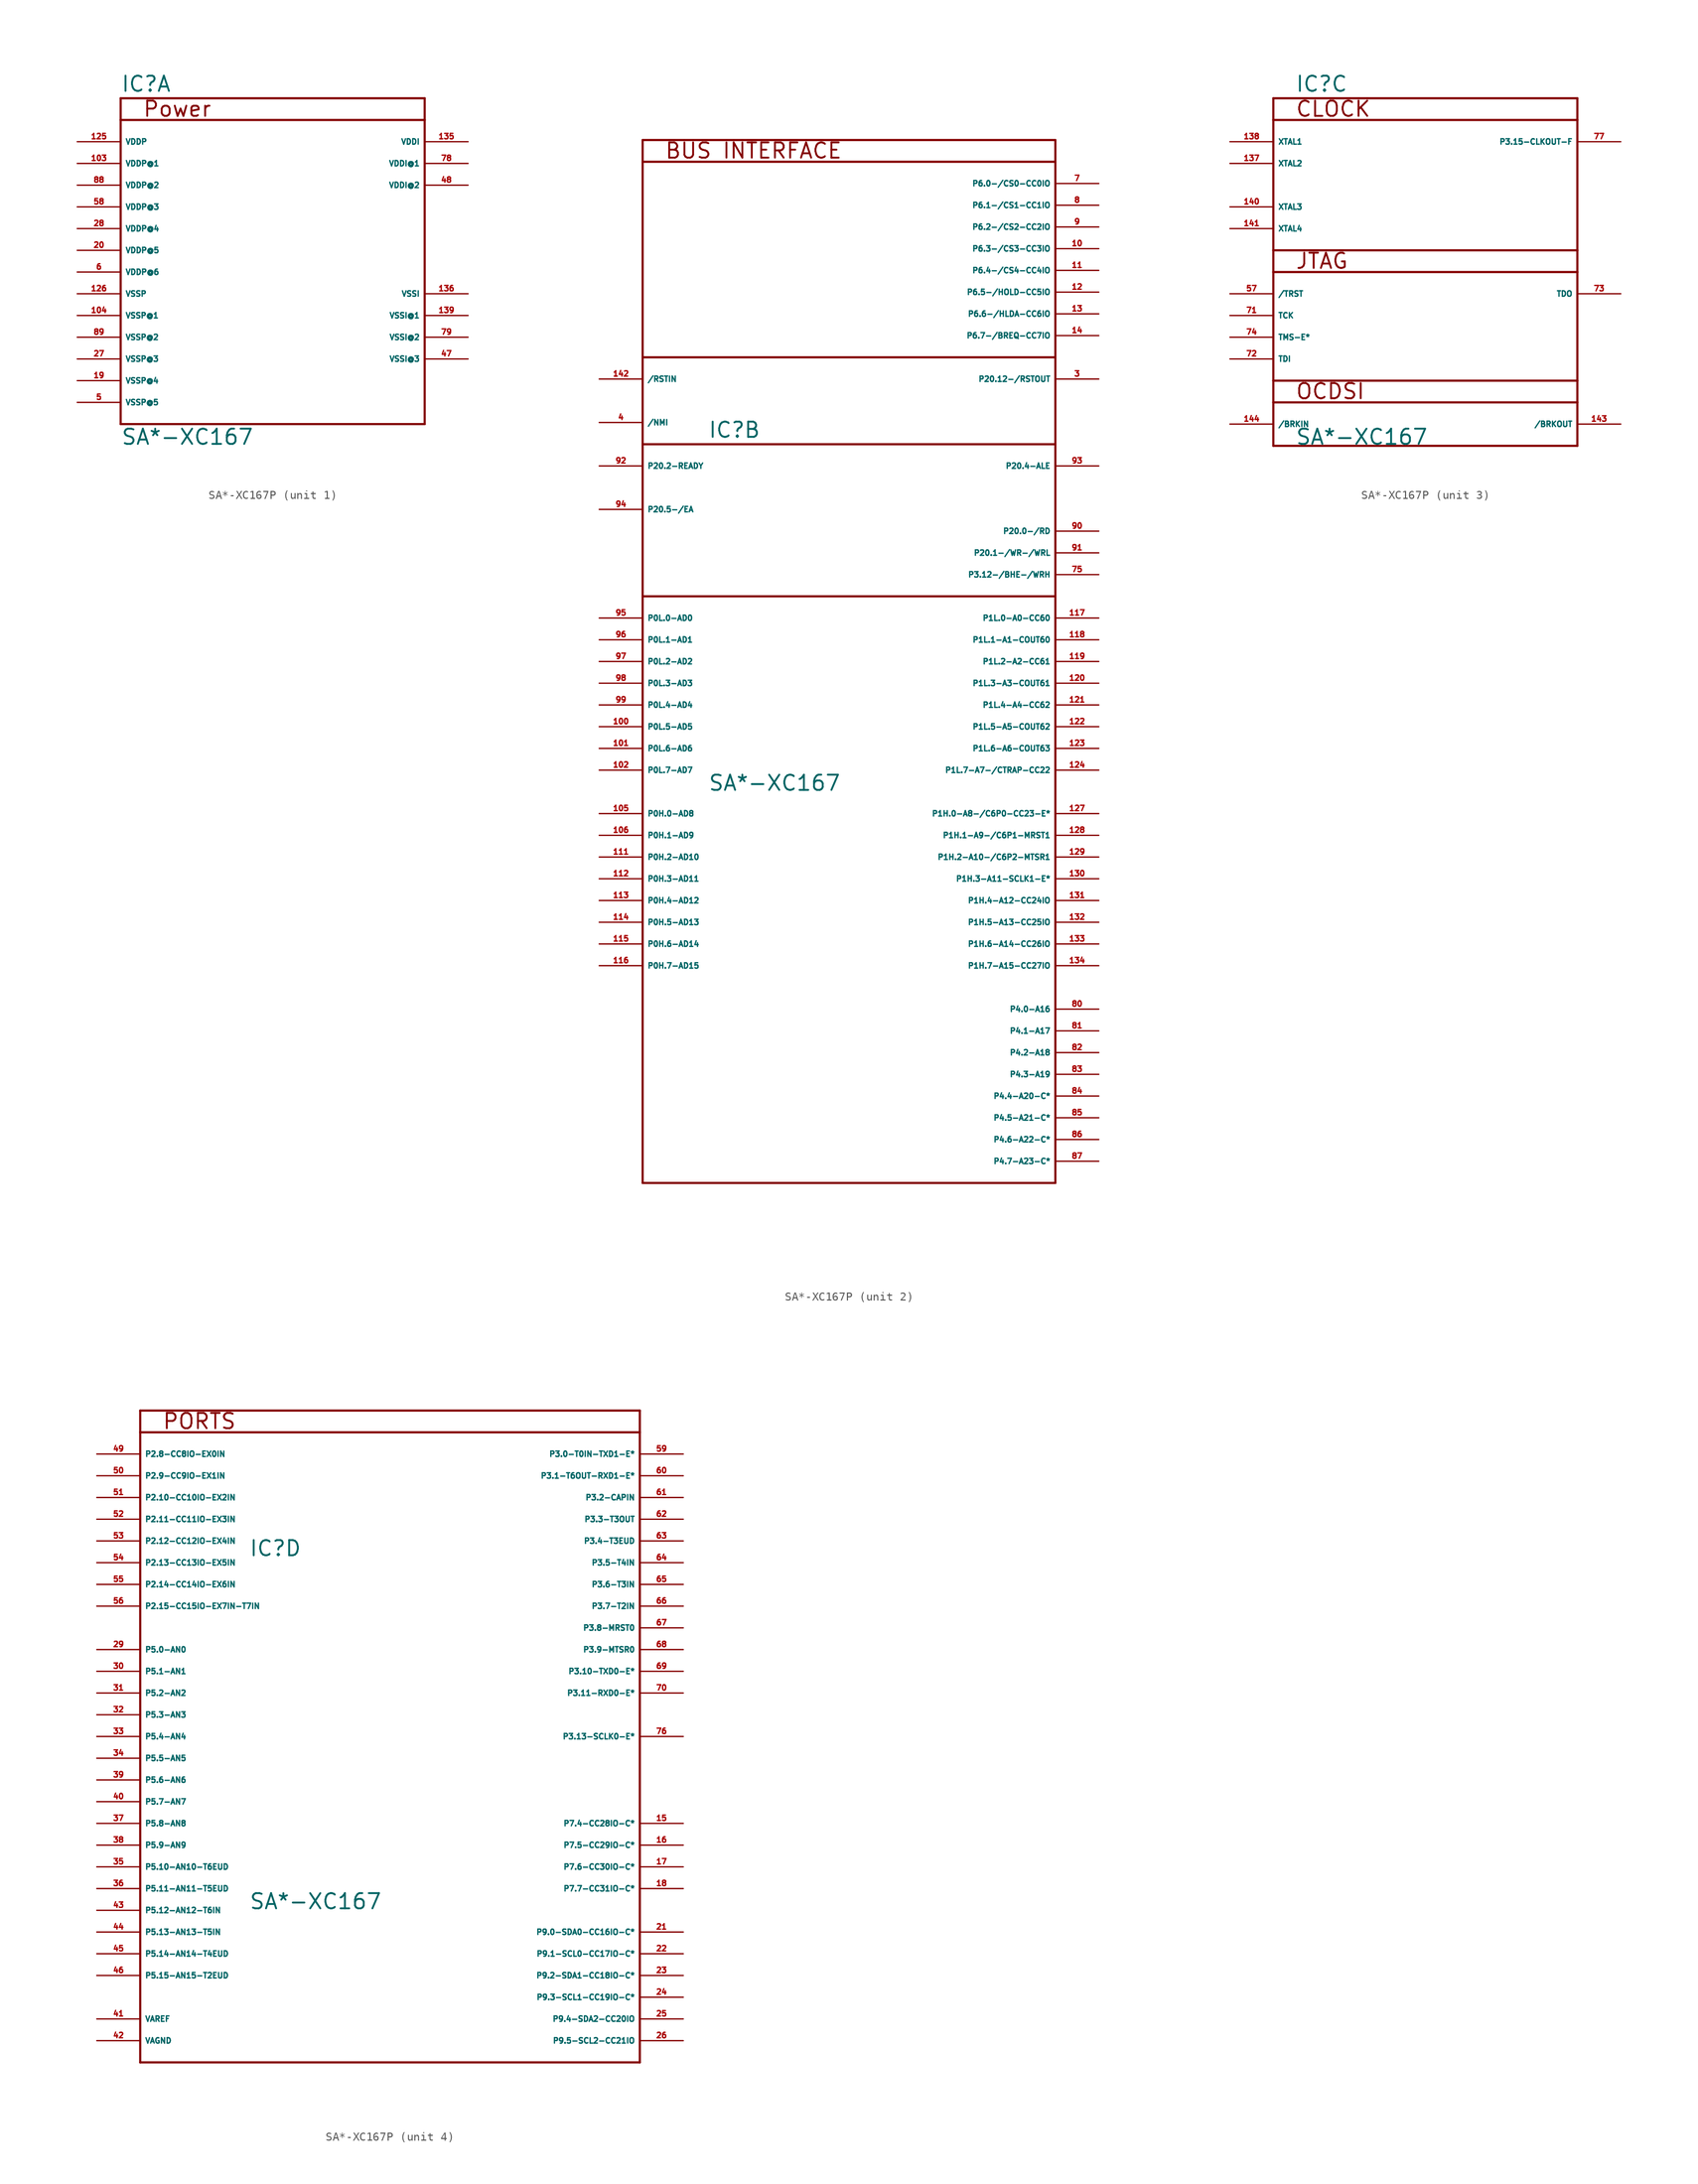
<source format=kicad_sym>
(kicad_symbol_lib
  (version 20220914)
  (generator Eagle2Kicad)
  (symbol "SA*-XC167P"
    (property "Reference" "IC"
      (at -15.24 20.955 0)
      (effects (font (size 1.778 1.778) (thickness 0.22)) (justify left bottom)))
    (property "Value" "SA*-XC167"
      (at -15.24 -20.32 0)
      (effects (font (size 1.778 1.778) (thickness 0.22)) (justify left bottom)))
    (symbol "SA*-XC167P_1_0"
      (polyline (pts (xy 20.32 -17.78) (xy 20.32 17.78)) (stroke (width 0.254) (type default)) (fill (type none)))
      (polyline (pts (xy 20.32 17.78) (xy 20.32 20.32)) (stroke (width 0.254) (type default)) (fill (type none)))
      (polyline (pts (xy 20.32 20.32) (xy -15.24 20.32)) (stroke (width 0.254) (type default)) (fill (type none)))
      (polyline (pts (xy -15.24 20.32) (xy -15.24 17.78)) (stroke (width 0.254) (type default)) (fill (type none)))
      (polyline (pts (xy -15.24 17.78) (xy -15.24 -17.78)) (stroke (width 0.254) (type default)) (fill (type none)))
      (polyline (pts (xy -15.24 -17.78) (xy 20.32 -17.78)) (stroke (width 0.254) (type default)) (fill (type none)))
      (polyline (pts (xy -15.24 17.78) (xy 20.32 17.78)) (stroke (width 0.254) (type default)) (fill (type none)))
      (text "Power" (at -12.7 18.034 0) (effects (font (size 1.778 1.778) (thickness 0.22)) (justify left bottom)))
      (pin unspecified line (at -20.32 15.24 0) (length 5.08) (name "VDDP" (effects (font (size 0.635 0.635) (thickness 0.08)) (justify left bottom))) (number "125" (effects (font (size 0.635 0.635) (thickness 0.08)) (justify left bottom))))
      (pin unspecified line (at -20.32 12.7 0) (length 5.08) (name "VDDP@1" (effects (font (size 0.635 0.635) (thickness 0.08)) (justify left bottom))) (number "103" (effects (font (size 0.635 0.635) (thickness 0.08)) (justify left bottom))))
      (pin unspecified line (at -20.32 10.16 0) (length 5.08) (name "VDDP@2" (effects (font (size 0.635 0.635) (thickness 0.08)) (justify left bottom))) (number "88" (effects (font (size 0.635 0.635) (thickness 0.08)) (justify left bottom))))
      (pin unspecified line (at -20.32 7.62 0) (length 5.08) (name "VDDP@3" (effects (font (size 0.635 0.635) (thickness 0.08)) (justify left bottom))) (number "58" (effects (font (size 0.635 0.635) (thickness 0.08)) (justify left bottom))))
      (pin unspecified line (at -20.32 5.08 0) (length 5.08) (name "VDDP@4" (effects (font (size 0.635 0.635) (thickness 0.08)) (justify left bottom))) (number "28" (effects (font (size 0.635 0.635) (thickness 0.08)) (justify left bottom))))
      (pin unspecified line (at -20.32 2.54 0) (length 5.08) (name "VDDP@5" (effects (font (size 0.635 0.635) (thickness 0.08)) (justify left bottom))) (number "20" (effects (font (size 0.635 0.635) (thickness 0.08)) (justify left bottom))))
      (pin unspecified line (at -20.32 0 0) (length 5.08) (name "VDDP@6" (effects (font (size 0.635 0.635) (thickness 0.08)) (justify left bottom))) (number "6" (effects (font (size 0.635 0.635) (thickness 0.08)) (justify left bottom))))
      (pin unspecified line (at -20.32 -2.54 0) (length 5.08) (name "VSSP" (effects (font (size 0.635 0.635) (thickness 0.08)) (justify left bottom))) (number "126" (effects (font (size 0.635 0.635) (thickness 0.08)) (justify left bottom))))
      (pin unspecified line (at -20.32 -5.08 0) (length 5.08) (name "VSSP@1" (effects (font (size 0.635 0.635) (thickness 0.08)) (justify left bottom))) (number "104" (effects (font (size 0.635 0.635) (thickness 0.08)) (justify left bottom))))
      (pin unspecified line (at -20.32 -7.62 0) (length 5.08) (name "VSSP@2" (effects (font (size 0.635 0.635) (thickness 0.08)) (justify left bottom))) (number "89" (effects (font (size 0.635 0.635) (thickness 0.08)) (justify left bottom))))
      (pin unspecified line (at -20.32 -10.16 0) (length 5.08) (name "VSSP@3" (effects (font (size 0.635 0.635) (thickness 0.08)) (justify left bottom))) (number "27" (effects (font (size 0.635 0.635) (thickness 0.08)) (justify left bottom))))
      (pin unspecified line (at -20.32 -12.7 0) (length 5.08) (name "VSSP@4" (effects (font (size 0.635 0.635) (thickness 0.08)) (justify left bottom))) (number "19" (effects (font (size 0.635 0.635) (thickness 0.08)) (justify left bottom))))
      (pin unspecified line (at -20.32 -15.24 0) (length 5.08) (name "VSSP@5" (effects (font (size 0.635 0.635) (thickness 0.08)) (justify left bottom))) (number "5" (effects (font (size 0.635 0.635) (thickness 0.08)) (justify left bottom))))
      (pin unspecified line (at 25.4 15.24 180) (length 5.08) (name "VDDI" (effects (font (size 0.635 0.635) (thickness 0.08)) (justify left bottom))) (number "135" (effects (font (size 0.635 0.635) (thickness 0.08)) (justify left bottom))))
      (pin unspecified line (at 25.4 12.7 180) (length 5.08) (name "VDDI@1" (effects (font (size 0.635 0.635) (thickness 0.08)) (justify left bottom))) (number "78" (effects (font (size 0.635 0.635) (thickness 0.08)) (justify left bottom))))
      (pin unspecified line (at 25.4 10.16 180) (length 5.08) (name "VDDI@2" (effects (font (size 0.635 0.635) (thickness 0.08)) (justify left bottom))) (number "48" (effects (font (size 0.635 0.635) (thickness 0.08)) (justify left bottom))))
      (pin unspecified line (at 25.4 -2.54 180) (length 5.08) (name "VSSI" (effects (font (size 0.635 0.635) (thickness 0.08)) (justify left bottom))) (number "136" (effects (font (size 0.635 0.635) (thickness 0.08)) (justify left bottom))))
      (pin unspecified line (at 25.4 -5.08 180) (length 5.08) (name "VSSI@1" (effects (font (size 0.635 0.635) (thickness 0.08)) (justify left bottom))) (number "139" (effects (font (size 0.635 0.635) (thickness 0.08)) (justify left bottom))))
      (pin unspecified line (at 25.4 -7.62 180) (length 5.08) (name "VSSI@2" (effects (font (size 0.635 0.635) (thickness 0.08)) (justify left bottom))) (number "79" (effects (font (size 0.635 0.635) (thickness 0.08)) (justify left bottom))))
      (pin output line (at 25.4 -10.16 180) (length 5.08) (name "VSSI@3" (effects (font (size 0.635 0.635) (thickness 0.08)) (justify left bottom))) (number "47" (effects (font (size 0.635 0.635) (thickness 0.08)) (justify left bottom)))))
    (symbol "SA*-XC167P_2_0"
      (polyline (pts (xy -22.86 -66.04) (xy 25.4 -66.04)) (stroke (width 0.254) (type default)) (fill (type none)))
      (polyline (pts (xy 25.4 -66.04) (xy 25.4 2.54)) (stroke (width 0.254) (type default)) (fill (type none)))
      (polyline (pts (xy 25.4 2.54) (xy 25.4 20.32)) (stroke (width 0.254) (type default)) (fill (type none)))
      (polyline (pts (xy 25.4 20.32) (xy 25.4 30.48)) (stroke (width 0.254) (type default)) (fill (type none)))
      (polyline (pts (xy 25.4 30.48) (xy 25.4 53.34)) (stroke (width 0.254) (type default)) (fill (type none)))
      (polyline (pts (xy 25.4 53.34) (xy 25.4 55.88)) (stroke (width 0.254) (type default)) (fill (type none)))
      (polyline (pts (xy 25.4 55.88) (xy -22.86 55.88)) (stroke (width 0.254) (type default)) (fill (type none)))
      (polyline (pts (xy -22.86 55.88) (xy -22.86 53.34)) (stroke (width 0.254) (type default)) (fill (type none)))
      (polyline (pts (xy -22.86 53.34) (xy -22.86 30.48)) (stroke (width 0.254) (type default)) (fill (type none)))
      (polyline (pts (xy -22.86 30.48) (xy -22.86 20.32)) (stroke (width 0.254) (type default)) (fill (type none)))
      (polyline (pts (xy -22.86 20.32) (xy -22.86 2.54)) (stroke (width 0.254) (type default)) (fill (type none)))
      (polyline (pts (xy -22.86 2.54) (xy -22.86 -66.04)) (stroke (width 0.254) (type default)) (fill (type none)))
      (polyline (pts (xy 25.4 30.48) (xy -22.86 30.48)) (stroke (width 0.254) (type default)) (fill (type none)))
      (polyline (pts (xy -22.86 2.54) (xy 25.4 2.54)) (stroke (width 0.254) (type default)) (fill (type none)))
      (polyline (pts (xy -22.86 20.32) (xy 25.4 20.32)) (stroke (width 0.254) (type default)) (fill (type none)))
      (polyline (pts (xy -22.86 53.34) (xy 25.4 53.34)) (stroke (width 0.254) (type default)) (fill (type none)))
      (text "BUS INTERFACE" (at -20.32 53.594 0) (effects (font (size 1.778 1.778) (thickness 0.22)) (justify left bottom)))
      (pin bidirectional line (at 30.48 0 180) (length 5.08) (name "P1L.0-A0-CC60" (effects (font (size 0.635 0.635) (thickness 0.08)) (justify left bottom))) (number "117" (effects (font (size 0.635 0.635) (thickness 0.08)) (justify left bottom))))
      (pin bidirectional line (at 30.48 -2.54 180) (length 5.08) (name "P1L.1-A1-COUT60" (effects (font (size 0.635 0.635) (thickness 0.08)) (justify left bottom))) (number "118" (effects (font (size 0.635 0.635) (thickness 0.08)) (justify left bottom))))
      (pin bidirectional line (at 30.48 -5.08 180) (length 5.08) (name "P1L.2-A2-CC61" (effects (font (size 0.635 0.635) (thickness 0.08)) (justify left bottom))) (number "119" (effects (font (size 0.635 0.635) (thickness 0.08)) (justify left bottom))))
      (pin bidirectional line (at 30.48 -7.62 180) (length 5.08) (name "P1L.3-A3-COUT61" (effects (font (size 0.635 0.635) (thickness 0.08)) (justify left bottom))) (number "120" (effects (font (size 0.635 0.635) (thickness 0.08)) (justify left bottom))))
      (pin bidirectional line (at 30.48 -10.16 180) (length 5.08) (name "P1L.4-A4-CC62" (effects (font (size 0.635 0.635) (thickness 0.08)) (justify left bottom))) (number "121" (effects (font (size 0.635 0.635) (thickness 0.08)) (justify left bottom))))
      (pin bidirectional line (at 30.48 -12.7 180) (length 5.08) (name "P1L.5-A5-COUT62" (effects (font (size 0.635 0.635) (thickness 0.08)) (justify left bottom))) (number "122" (effects (font (size 0.635 0.635) (thickness 0.08)) (justify left bottom))))
      (pin bidirectional line (at 30.48 -15.24 180) (length 5.08) (name "P1L.6-A6-COUT63" (effects (font (size 0.635 0.635) (thickness 0.08)) (justify left bottom))) (number "123" (effects (font (size 0.635 0.635) (thickness 0.08)) (justify left bottom))))
      (pin bidirectional line (at 30.48 -17.78 180) (length 5.08) (name "P1L.7-A7-/CTRAP-CC22" (effects (font (size 0.635 0.635) (thickness 0.08)) (justify left bottom))) (number "124" (effects (font (size 0.635 0.635) (thickness 0.08)) (justify left bottom))))
      (pin bidirectional line (at 30.48 -22.86 180) (length 5.08) (name "P1H.0-A8-/C6P0-CC23-E*" (effects (font (size 0.635 0.635) (thickness 0.08)) (justify left bottom))) (number "127" (effects (font (size 0.635 0.635) (thickness 0.08)) (justify left bottom))))
      (pin bidirectional line (at 30.48 -25.4 180) (length 5.08) (name "P1H.1-A9-/C6P1-MRST1" (effects (font (size 0.635 0.635) (thickness 0.08)) (justify left bottom))) (number "128" (effects (font (size 0.635 0.635) (thickness 0.08)) (justify left bottom))))
      (pin bidirectional line (at 30.48 -27.94 180) (length 5.08) (name "P1H.2-A10-/C6P2-MTSR1" (effects (font (size 0.635 0.635) (thickness 0.08)) (justify left bottom))) (number "129" (effects (font (size 0.635 0.635) (thickness 0.08)) (justify left bottom))))
      (pin bidirectional line (at 30.48 -30.48 180) (length 5.08) (name "P1H.3-A11-SCLK1-E*" (effects (font (size 0.635 0.635) (thickness 0.08)) (justify left bottom))) (number "130" (effects (font (size 0.635 0.635) (thickness 0.08)) (justify left bottom))))
      (pin bidirectional line (at 30.48 -33.02 180) (length 5.08) (name "P1H.4-A12-CC24IO" (effects (font (size 0.635 0.635) (thickness 0.08)) (justify left bottom))) (number "131" (effects (font (size 0.635 0.635) (thickness 0.08)) (justify left bottom))))
      (pin bidirectional line (at 30.48 -35.56 180) (length 5.08) (name "P1H.5-A13-CC25IO" (effects (font (size 0.635 0.635) (thickness 0.08)) (justify left bottom))) (number "132" (effects (font (size 0.635 0.635) (thickness 0.08)) (justify left bottom))))
      (pin bidirectional line (at 30.48 -38.1 180) (length 5.08) (name "P1H.6-A14-CC26IO" (effects (font (size 0.635 0.635) (thickness 0.08)) (justify left bottom))) (number "133" (effects (font (size 0.635 0.635) (thickness 0.08)) (justify left bottom))))
      (pin bidirectional line (at 30.48 -40.64 180) (length 5.08) (name "P1H.7-A15-CC27IO" (effects (font (size 0.635 0.635) (thickness 0.08)) (justify left bottom))) (number "134" (effects (font (size 0.635 0.635) (thickness 0.08)) (justify left bottom))))
      (pin bidirectional line (at 30.48 5.08 180) (length 5.08) (name "P3.12-/BHE-/WRH" (effects (font (size 0.635 0.635) (thickness 0.08)) (justify left bottom))) (number "75" (effects (font (size 0.635 0.635) (thickness 0.08)) (justify left bottom))))
      (pin bidirectional line (at 30.48 -45.72 180) (length 5.08) (name "P4.0-A16" (effects (font (size 0.635 0.635) (thickness 0.08)) (justify left bottom))) (number "80" (effects (font (size 0.635 0.635) (thickness 0.08)) (justify left bottom))))
      (pin bidirectional line (at 30.48 -48.26 180) (length 5.08) (name "P4.1-A17" (effects (font (size 0.635 0.635) (thickness 0.08)) (justify left bottom))) (number "81" (effects (font (size 0.635 0.635) (thickness 0.08)) (justify left bottom))))
      (pin bidirectional line (at 30.48 -50.8 180) (length 5.08) (name "P4.2-A18" (effects (font (size 0.635 0.635) (thickness 0.08)) (justify left bottom))) (number "82" (effects (font (size 0.635 0.635) (thickness 0.08)) (justify left bottom))))
      (pin bidirectional line (at 30.48 -53.34 180) (length 5.08) (name "P4.3-A19" (effects (font (size 0.635 0.635) (thickness 0.08)) (justify left bottom))) (number "83" (effects (font (size 0.635 0.635) (thickness 0.08)) (justify left bottom))))
      (pin bidirectional line (at 30.48 -55.88 180) (length 5.08) (name "P4.4-A20-C*" (effects (font (size 0.635 0.635) (thickness 0.08)) (justify left bottom))) (number "84" (effects (font (size 0.635 0.635) (thickness 0.08)) (justify left bottom))))
      (pin bidirectional line (at 30.48 -58.42 180) (length 5.08) (name "P4.5-A21-C*" (effects (font (size 0.635 0.635) (thickness 0.08)) (justify left bottom))) (number "85" (effects (font (size 0.635 0.635) (thickness 0.08)) (justify left bottom))))
      (pin bidirectional line (at 30.48 -60.96 180) (length 5.08) (name "P4.6-A22-C*" (effects (font (size 0.635 0.635) (thickness 0.08)) (justify left bottom))) (number "86" (effects (font (size 0.635 0.635) (thickness 0.08)) (justify left bottom))))
      (pin bidirectional line (at 30.48 -63.5 180) (length 5.08) (name "P4.7-A23-C*" (effects (font (size 0.635 0.635) (thickness 0.08)) (justify left bottom))) (number "87" (effects (font (size 0.635 0.635) (thickness 0.08)) (justify left bottom))))
      (pin bidirectional line (at 30.48 50.8 180) (length 5.08) (name "P6.0-/CS0-CC0IO" (effects (font (size 0.635 0.635) (thickness 0.08)) (justify left bottom))) (number "7" (effects (font (size 0.635 0.635) (thickness 0.08)) (justify left bottom))))
      (pin bidirectional line (at 30.48 48.26 180) (length 5.08) (name "P6.1-/CS1-CC1IO" (effects (font (size 0.635 0.635) (thickness 0.08)) (justify left bottom))) (number "8" (effects (font (size 0.635 0.635) (thickness 0.08)) (justify left bottom))))
      (pin bidirectional line (at 30.48 45.72 180) (length 5.08) (name "P6.2-/CS2-CC2IO" (effects (font (size 0.635 0.635) (thickness 0.08)) (justify left bottom))) (number "9" (effects (font (size 0.635 0.635) (thickness 0.08)) (justify left bottom))))
      (pin bidirectional line (at 30.48 43.18 180) (length 5.08) (name "P6.3-/CS3-CC3IO" (effects (font (size 0.635 0.635) (thickness 0.08)) (justify left bottom))) (number "10" (effects (font (size 0.635 0.635) (thickness 0.08)) (justify left bottom))))
      (pin bidirectional line (at 30.48 40.64 180) (length 5.08) (name "P6.4-/CS4-CC4IO" (effects (font (size 0.635 0.635) (thickness 0.08)) (justify left bottom))) (number "11" (effects (font (size 0.635 0.635) (thickness 0.08)) (justify left bottom))))
      (pin bidirectional line (at 30.48 38.1 180) (length 5.08) (name "P6.5-/HOLD-CC5IO" (effects (font (size 0.635 0.635) (thickness 0.08)) (justify left bottom))) (number "12" (effects (font (size 0.635 0.635) (thickness 0.08)) (justify left bottom))))
      (pin bidirectional line (at 30.48 35.56 180) (length 5.08) (name "P6.6-/HLDA-CC6IO" (effects (font (size 0.635 0.635) (thickness 0.08)) (justify left bottom))) (number "13" (effects (font (size 0.635 0.635) (thickness 0.08)) (justify left bottom))))
      (pin bidirectional line (at 30.48 33.02 180) (length 5.08) (name "P6.7-/BREQ-CC7IO" (effects (font (size 0.635 0.635) (thickness 0.08)) (justify left bottom))) (number "14" (effects (font (size 0.635 0.635) (thickness 0.08)) (justify left bottom))))
      (pin bidirectional line (at 30.48 10.16 180) (length 5.08) (name "P20.0-/RD" (effects (font (size 0.635 0.635) (thickness 0.08)) (justify left bottom))) (number "90" (effects (font (size 0.635 0.635) (thickness 0.08)) (justify left bottom))))
      (pin bidirectional line (at 30.48 7.62 180) (length 5.08) (name "P20.1-/WR-/WRL" (effects (font (size 0.635 0.635) (thickness 0.08)) (justify left bottom))) (number "91" (effects (font (size 0.635 0.635) (thickness 0.08)) (justify left bottom))))
      (pin bidirectional line (at -27.94 17.78 0) (length 5.08) (name "P20.2-READY" (effects (font (size 0.635 0.635) (thickness 0.08)) (justify left bottom))) (number "92" (effects (font (size 0.635 0.635) (thickness 0.08)) (justify left bottom))))
      (pin bidirectional line (at -27.94 12.7 0) (length 5.08) (name "P20.5-/EA" (effects (font (size 0.635 0.635) (thickness 0.08)) (justify left bottom))) (number "94" (effects (font (size 0.635 0.635) (thickness 0.08)) (justify left bottom))))
      (pin bidirectional line (at 30.48 17.78 180) (length 5.08) (name "P20.4-ALE" (effects (font (size 0.635 0.635) (thickness 0.08)) (justify left bottom))) (number "93" (effects (font (size 0.635 0.635) (thickness 0.08)) (justify left bottom))))
      (pin input line (at -27.94 27.94 0) (length 5.08) (name "/RSTIN" (effects (font (size 0.635 0.635) (thickness 0.08)) (justify left bottom))) (number "142" (effects (font (size 0.635 0.635) (thickness 0.08)) (justify left bottom))))
      (pin input line (at -27.94 22.86 0) (length 5.08) (name "/NMI" (effects (font (size 0.635 0.635) (thickness 0.08)) (justify left bottom))) (number "4" (effects (font (size 0.635 0.635) (thickness 0.08)) (justify left bottom))))
      (pin bidirectional line (at 30.48 27.94 180) (length 5.08) (name "P20.12-/RSTOUT" (effects (font (size 0.635 0.635) (thickness 0.08)) (justify left bottom))) (number "3" (effects (font (size 0.635 0.635) (thickness 0.08)) (justify left bottom))))
      (pin bidirectional line (at -27.94 0 0) (length 5.08) (name "P0L.0-AD0" (effects (font (size 0.635 0.635) (thickness 0.08)) (justify left bottom))) (number "95" (effects (font (size 0.635 0.635) (thickness 0.08)) (justify left bottom))))
      (pin bidirectional line (at -27.94 -2.54 0) (length 5.08) (name "P0L.1-AD1" (effects (font (size 0.635 0.635) (thickness 0.08)) (justify left bottom))) (number "96" (effects (font (size 0.635 0.635) (thickness 0.08)) (justify left bottom))))
      (pin bidirectional line (at -27.94 -5.08 0) (length 5.08) (name "P0L.2-AD2" (effects (font (size 0.635 0.635) (thickness 0.08)) (justify left bottom))) (number "97" (effects (font (size 0.635 0.635) (thickness 0.08)) (justify left bottom))))
      (pin bidirectional line (at -27.94 -7.62 0) (length 5.08) (name "P0L.3-AD3" (effects (font (size 0.635 0.635) (thickness 0.08)) (justify left bottom))) (number "98" (effects (font (size 0.635 0.635) (thickness 0.08)) (justify left bottom))))
      (pin bidirectional line (at -27.94 -10.16 0) (length 5.08) (name "P0L.4-AD4" (effects (font (size 0.635 0.635) (thickness 0.08)) (justify left bottom))) (number "99" (effects (font (size 0.635 0.635) (thickness 0.08)) (justify left bottom))))
      (pin bidirectional line (at -27.94 -12.7 0) (length 5.08) (name "P0L.5-AD5" (effects (font (size 0.635 0.635) (thickness 0.08)) (justify left bottom))) (number "100" (effects (font (size 0.635 0.635) (thickness 0.08)) (justify left bottom))))
      (pin bidirectional line (at -27.94 -15.24 0) (length 5.08) (name "P0L.6-AD6" (effects (font (size 0.635 0.635) (thickness 0.08)) (justify left bottom))) (number "101" (effects (font (size 0.635 0.635) (thickness 0.08)) (justify left bottom))))
      (pin bidirectional line (at -27.94 -17.78 0) (length 5.08) (name "P0L.7-AD7" (effects (font (size 0.635 0.635) (thickness 0.08)) (justify left bottom))) (number "102" (effects (font (size 0.635 0.635) (thickness 0.08)) (justify left bottom))))
      (pin bidirectional line (at -27.94 -22.86 0) (length 5.08) (name "P0H.0-AD8" (effects (font (size 0.635 0.635) (thickness 0.08)) (justify left bottom))) (number "105" (effects (font (size 0.635 0.635) (thickness 0.08)) (justify left bottom))))
      (pin bidirectional line (at -27.94 -25.4 0) (length 5.08) (name "P0H.1-AD9" (effects (font (size 0.635 0.635) (thickness 0.08)) (justify left bottom))) (number "106" (effects (font (size 0.635 0.635) (thickness 0.08)) (justify left bottom))))
      (pin bidirectional line (at -27.94 -27.94 0) (length 5.08) (name "P0H.2-AD10" (effects (font (size 0.635 0.635) (thickness 0.08)) (justify left bottom))) (number "111" (effects (font (size 0.635 0.635) (thickness 0.08)) (justify left bottom))))
      (pin bidirectional line (at -27.94 -30.48 0) (length 5.08) (name "P0H.3-AD11" (effects (font (size 0.635 0.635) (thickness 0.08)) (justify left bottom))) (number "112" (effects (font (size 0.635 0.635) (thickness 0.08)) (justify left bottom))))
      (pin bidirectional line (at -27.94 -33.02 0) (length 5.08) (name "P0H.4-AD12" (effects (font (size 0.635 0.635) (thickness 0.08)) (justify left bottom))) (number "113" (effects (font (size 0.635 0.635) (thickness 0.08)) (justify left bottom))))
      (pin bidirectional line (at -27.94 -35.56 0) (length 5.08) (name "P0H.5-AD13" (effects (font (size 0.635 0.635) (thickness 0.08)) (justify left bottom))) (number "114" (effects (font (size 0.635 0.635) (thickness 0.08)) (justify left bottom))))
      (pin bidirectional line (at -27.94 -38.1 0) (length 5.08) (name "P0H.6-AD14" (effects (font (size 0.635 0.635) (thickness 0.08)) (justify left bottom))) (number "115" (effects (font (size 0.635 0.635) (thickness 0.08)) (justify left bottom))))
      (pin bidirectional line (at -27.94 -40.64 0) (length 5.08) (name "P0H.7-AD15" (effects (font (size 0.635 0.635) (thickness 0.08)) (justify left bottom))) (number "116" (effects (font (size 0.635 0.635) (thickness 0.08)) (justify left bottom)))))
    (symbol "SA*-XC167P_3_0"
      (polyline (pts (xy 17.78 -20.32) (xy 17.78 -15.24)) (stroke (width 0.254) (type default)) (fill (type none)))
      (polyline (pts (xy 17.78 -15.24) (xy 17.78 -12.7)) (stroke (width 0.254) (type default)) (fill (type none)))
      (polyline (pts (xy 17.78 -12.7) (xy 17.78 0)) (stroke (width 0.254) (type default)) (fill (type none)))
      (polyline (pts (xy 17.78 0) (xy 17.78 2.54)) (stroke (width 0.254) (type default)) (fill (type none)))
      (polyline (pts (xy 17.78 2.54) (xy 17.78 17.78)) (stroke (width 0.254) (type default)) (fill (type none)))
      (polyline (pts (xy 17.78 17.78) (xy 17.78 20.32)) (stroke (width 0.254) (type default)) (fill (type none)))
      (polyline (pts (xy 17.78 20.32) (xy -17.78 20.32)) (stroke (width 0.254) (type default)) (fill (type none)))
      (polyline (pts (xy -17.78 20.32) (xy -17.78 17.78)) (stroke (width 0.254) (type default)) (fill (type none)))
      (polyline (pts (xy -17.78 17.78) (xy -17.78 2.54)) (stroke (width 0.254) (type default)) (fill (type none)))
      (polyline (pts (xy -17.78 2.54) (xy -17.78 0)) (stroke (width 0.254) (type default)) (fill (type none)))
      (polyline (pts (xy -17.78 0) (xy -17.78 -12.7)) (stroke (width 0.254) (type default)) (fill (type none)))
      (polyline (pts (xy -17.78 -12.7) (xy -17.78 -15.24)) (stroke (width 0.254) (type default)) (fill (type none)))
      (polyline (pts (xy -17.78 -15.24) (xy -17.78 -20.32)) (stroke (width 0.254) (type default)) (fill (type none)))
      (polyline (pts (xy 17.78 0) (xy -17.78 0)) (stroke (width 0.254) (type default)) (fill (type none)))
      (polyline (pts (xy -17.78 -15.24) (xy 17.78 -15.24)) (stroke (width 0.254) (type default)) (fill (type none)))
      (polyline (pts (xy -17.78 2.54) (xy 17.78 2.54)) (stroke (width 0.254) (type default)) (fill (type none)))
      (polyline (pts (xy -17.78 -12.7) (xy 17.78 -12.7)) (stroke (width 0.254) (type default)) (fill (type none)))
      (polyline (pts (xy -17.78 -20.32) (xy 17.78 -20.32)) (stroke (width 0.254) (type default)) (fill (type none)))
      (polyline (pts (xy -17.78 17.78) (xy 17.78 17.78)) (stroke (width 0.254) (type default)) (fill (type none)))
      (text "CLOCK" (at -15.24 18.034 0) (effects (font (size 1.778 1.778) (thickness 0.22)) (justify left bottom)))
      (text "JTAG" (at -15.24 0.254 0) (effects (font (size 1.778 1.778) (thickness 0.22)) (justify left bottom)))
      (text "OCDSI" (at -15.24 -14.986 0) (effects (font (size 1.778 1.778) (thickness 0.22)) (justify left bottom)))
      (pin bidirectional line (at 22.86 15.24 180) (length 5.08) (name "P3.15-CLKOUT-F" (effects (font (size 0.635 0.635) (thickness 0.08)) (justify left bottom))) (number "77" (effects (font (size 0.635 0.635) (thickness 0.08)) (justify left bottom))))
      (pin output line (at -22.86 12.7 0) (length 5.08) (name "XTAL2" (effects (font (size 0.635 0.635) (thickness 0.08)) (justify left bottom))) (number "137" (effects (font (size 0.635 0.635) (thickness 0.08)) (justify left bottom))))
      (pin input line (at -22.86 15.24 0) (length 5.08) (name "XTAL1" (effects (font (size 0.635 0.635) (thickness 0.08)) (justify left bottom))) (number "138" (effects (font (size 0.635 0.635) (thickness 0.08)) (justify left bottom))))
      (pin input line (at -22.86 7.62 0) (length 5.08) (name "XTAL3" (effects (font (size 0.635 0.635) (thickness 0.08)) (justify left bottom))) (number "140" (effects (font (size 0.635 0.635) (thickness 0.08)) (justify left bottom))))
      (pin output line (at -22.86 5.08 0) (length 5.08) (name "XTAL4" (effects (font (size 0.635 0.635) (thickness 0.08)) (justify left bottom))) (number "141" (effects (font (size 0.635 0.635) (thickness 0.08)) (justify left bottom))))
      (pin input line (at -22.86 -2.54 0) (length 5.08) (name "/TRST" (effects (font (size 0.635 0.635) (thickness 0.08)) (justify left bottom))) (number "57" (effects (font (size 0.635 0.635) (thickness 0.08)) (justify left bottom))))
      (pin input line (at -22.86 -5.08 0) (length 5.08) (name "TCK" (effects (font (size 0.635 0.635) (thickness 0.08)) (justify left bottom))) (number "71" (effects (font (size 0.635 0.635) (thickness 0.08)) (justify left bottom))))
      (pin input line (at -22.86 -10.16 0) (length 5.08) (name "TDI" (effects (font (size 0.635 0.635) (thickness 0.08)) (justify left bottom))) (number "72" (effects (font (size 0.635 0.635) (thickness 0.08)) (justify left bottom))))
      (pin input line (at -22.86 -7.62 0) (length 5.08) (name "TMS-E*" (effects (font (size 0.635 0.635) (thickness 0.08)) (justify left bottom))) (number "74" (effects (font (size 0.635 0.635) (thickness 0.08)) (justify left bottom))))
      (pin input line (at -22.86 -17.78 0) (length 5.08) (name "/BRKIN" (effects (font (size 0.635 0.635) (thickness 0.08)) (justify left bottom))) (number "144" (effects (font (size 0.635 0.635) (thickness 0.08)) (justify left bottom))))
      (pin output line (at 22.86 -17.78 180) (length 5.08) (name "/BRKOUT" (effects (font (size 0.635 0.635) (thickness 0.08)) (justify left bottom))) (number "143" (effects (font (size 0.635 0.635) (thickness 0.08)) (justify left bottom))))
      (pin output line (at 22.86 -2.54 180) (length 5.08) (name "TDO" (effects (font (size 0.635 0.635) (thickness 0.08)) (justify left bottom))) (number "73" (effects (font (size 0.635 0.635) (thickness 0.08)) (justify left bottom)))))
    (symbol "SA*-XC167P_4_0"
      (polyline (pts (xy 30.48 -38.1) (xy 30.48 35.56)) (stroke (width 0.254) (type default)) (fill (type none)))
      (polyline (pts (xy 30.48 35.56) (xy 30.48 38.1)) (stroke (width 0.254) (type default)) (fill (type none)))
      (polyline (pts (xy 30.48 38.1) (xy -27.94 38.1)) (stroke (width 0.254) (type default)) (fill (type none)))
      (polyline (pts (xy -27.94 38.1) (xy -27.94 35.56)) (stroke (width 0.254) (type default)) (fill (type none)))
      (polyline (pts (xy -27.94 35.56) (xy -27.94 -38.1)) (stroke (width 0.254) (type default)) (fill (type none)))
      (polyline (pts (xy -27.94 -38.1) (xy 30.48 -38.1)) (stroke (width 0.254) (type default)) (fill (type none)))
      (polyline (pts (xy -27.94 35.56) (xy 30.48 35.56)) (stroke (width 0.254) (type default)) (fill (type none)))
      (text "PORTS" (at -25.4 35.814 0) (effects (font (size 1.778 1.778) (thickness 0.22)) (justify left bottom)))
      (pin bidirectional line (at -33.02 33.02 0) (length 5.08) (name "P2.8-CC8IO-EX0IN" (effects (font (size 0.635 0.635) (thickness 0.08)) (justify left bottom))) (number "49" (effects (font (size 0.635 0.635) (thickness 0.08)) (justify left bottom))))
      (pin bidirectional line (at -33.02 30.48 0) (length 5.08) (name "P2.9-CC9IO-EX1IN" (effects (font (size 0.635 0.635) (thickness 0.08)) (justify left bottom))) (number "50" (effects (font (size 0.635 0.635) (thickness 0.08)) (justify left bottom))))
      (pin bidirectional line (at -33.02 27.94 0) (length 5.08) (name "P2.10-CC10IO-EX2IN" (effects (font (size 0.635 0.635) (thickness 0.08)) (justify left bottom))) (number "51" (effects (font (size 0.635 0.635) (thickness 0.08)) (justify left bottom))))
      (pin bidirectional line (at -33.02 25.4 0) (length 5.08) (name "P2.11-CC11IO-EX3IN" (effects (font (size 0.635 0.635) (thickness 0.08)) (justify left bottom))) (number "52" (effects (font (size 0.635 0.635) (thickness 0.08)) (justify left bottom))))
      (pin bidirectional line (at -33.02 22.86 0) (length 5.08) (name "P2.12-CC12IO-EX4IN" (effects (font (size 0.635 0.635) (thickness 0.08)) (justify left bottom))) (number "53" (effects (font (size 0.635 0.635) (thickness 0.08)) (justify left bottom))))
      (pin bidirectional line (at -33.02 20.32 0) (length 5.08) (name "P2.13-CC13IO-EX5IN" (effects (font (size 0.635 0.635) (thickness 0.08)) (justify left bottom))) (number "54" (effects (font (size 0.635 0.635) (thickness 0.08)) (justify left bottom))))
      (pin bidirectional line (at -33.02 17.78 0) (length 5.08) (name "P2.14-CC14IO-EX6IN" (effects (font (size 0.635 0.635) (thickness 0.08)) (justify left bottom))) (number "55" (effects (font (size 0.635 0.635) (thickness 0.08)) (justify left bottom))))
      (pin bidirectional line (at -33.02 15.24 0) (length 5.08) (name "P2.15-CC15IO-EX7IN-T7IN" (effects (font (size 0.635 0.635) (thickness 0.08)) (justify left bottom))) (number "56" (effects (font (size 0.635 0.635) (thickness 0.08)) (justify left bottom))))
      (pin bidirectional line (at 35.56 33.02 180) (length 5.08) (name "P3.0-T0IN-TXD1-E*" (effects (font (size 0.635 0.635) (thickness 0.08)) (justify left bottom))) (number "59" (effects (font (size 0.635 0.635) (thickness 0.08)) (justify left bottom))))
      (pin bidirectional line (at 35.56 17.78 180) (length 5.08) (name "P3.6-T3IN" (effects (font (size 0.635 0.635) (thickness 0.08)) (justify left bottom))) (number "65" (effects (font (size 0.635 0.635) (thickness 0.08)) (justify left bottom))))
      (pin bidirectional line (at 35.56 12.7 180) (length 5.08) (name "P3.8-MRST0" (effects (font (size 0.635 0.635) (thickness 0.08)) (justify left bottom))) (number "67" (effects (font (size 0.635 0.635) (thickness 0.08)) (justify left bottom))))
      (pin bidirectional line (at 35.56 10.16 180) (length 5.08) (name "P3.9-MTSR0" (effects (font (size 0.635 0.635) (thickness 0.08)) (justify left bottom))) (number "68" (effects (font (size 0.635 0.635) (thickness 0.08)) (justify left bottom))))
      (pin bidirectional line (at 35.56 7.62 180) (length 5.08) (name "P3.10-TXD0-E*" (effects (font (size 0.635 0.635) (thickness 0.08)) (justify left bottom))) (number "69" (effects (font (size 0.635 0.635) (thickness 0.08)) (justify left bottom))))
      (pin bidirectional line (at 35.56 5.08 180) (length 5.08) (name "P3.11-RXD0-E*" (effects (font (size 0.635 0.635) (thickness 0.08)) (justify left bottom))) (number "70" (effects (font (size 0.635 0.635) (thickness 0.08)) (justify left bottom))))
      (pin bidirectional line (at 35.56 0 180) (length 5.08) (name "P3.13-SCLK0-E*" (effects (font (size 0.635 0.635) (thickness 0.08)) (justify left bottom))) (number "76" (effects (font (size 0.635 0.635) (thickness 0.08)) (justify left bottom))))
      (pin passive line (at -33.02 -33.02 0) (length 5.08) (name "VAREF" (effects (font (size 0.635 0.635) (thickness 0.08)) (justify left bottom))) (number "41" (effects (font (size 0.635 0.635) (thickness 0.08)) (justify left bottom))))
      (pin passive line (at -33.02 -35.56 0) (length 5.08) (name "VAGND" (effects (font (size 0.635 0.635) (thickness 0.08)) (justify left bottom))) (number "42" (effects (font (size 0.635 0.635) (thickness 0.08)) (justify left bottom))))
      (pin input line (at -33.02 10.16 0) (length 5.08) (name "P5.0-AN0" (effects (font (size 0.635 0.635) (thickness 0.08)) (justify left bottom))) (number "29" (effects (font (size 0.635 0.635) (thickness 0.08)) (justify left bottom))))
      (pin input line (at -33.02 7.62 0) (length 5.08) (name "P5.1-AN1" (effects (font (size 0.635 0.635) (thickness 0.08)) (justify left bottom))) (number "30" (effects (font (size 0.635 0.635) (thickness 0.08)) (justify left bottom))))
      (pin input line (at -33.02 5.08 0) (length 5.08) (name "P5.2-AN2" (effects (font (size 0.635 0.635) (thickness 0.08)) (justify left bottom))) (number "31" (effects (font (size 0.635 0.635) (thickness 0.08)) (justify left bottom))))
      (pin input line (at -33.02 2.54 0) (length 5.08) (name "P5.3-AN3" (effects (font (size 0.635 0.635) (thickness 0.08)) (justify left bottom))) (number "32" (effects (font (size 0.635 0.635) (thickness 0.08)) (justify left bottom))))
      (pin input line (at -33.02 0 0) (length 5.08) (name "P5.4-AN4" (effects (font (size 0.635 0.635) (thickness 0.08)) (justify left bottom))) (number "33" (effects (font (size 0.635 0.635) (thickness 0.08)) (justify left bottom))))
      (pin input line (at -33.02 -2.54 0) (length 5.08) (name "P5.5-AN5" (effects (font (size 0.635 0.635) (thickness 0.08)) (justify left bottom))) (number "34" (effects (font (size 0.635 0.635) (thickness 0.08)) (justify left bottom))))
      (pin input line (at -33.02 -5.08 0) (length 5.08) (name "P5.6-AN6" (effects (font (size 0.635 0.635) (thickness 0.08)) (justify left bottom))) (number "39" (effects (font (size 0.635 0.635) (thickness 0.08)) (justify left bottom))))
      (pin input line (at -33.02 -7.62 0) (length 5.08) (name "P5.7-AN7" (effects (font (size 0.635 0.635) (thickness 0.08)) (justify left bottom))) (number "40" (effects (font (size 0.635 0.635) (thickness 0.08)) (justify left bottom))))
      (pin input line (at -33.02 -20.32 0) (length 5.08) (name "P5.12-AN12-T6IN" (effects (font (size 0.635 0.635) (thickness 0.08)) (justify left bottom))) (number "43" (effects (font (size 0.635 0.635) (thickness 0.08)) (justify left bottom))))
      (pin input line (at -33.02 -22.86 0) (length 5.08) (name "P5.13-AN13-T5IN" (effects (font (size 0.635 0.635) (thickness 0.08)) (justify left bottom))) (number "44" (effects (font (size 0.635 0.635) (thickness 0.08)) (justify left bottom))))
      (pin input line (at -33.02 -25.4 0) (length 5.08) (name "P5.14-AN14-T4EUD" (effects (font (size 0.635 0.635) (thickness 0.08)) (justify left bottom))) (number "45" (effects (font (size 0.635 0.635) (thickness 0.08)) (justify left bottom))))
      (pin input line (at -33.02 -27.94 0) (length 5.08) (name "P5.15-AN15-T2EUD" (effects (font (size 0.635 0.635) (thickness 0.08)) (justify left bottom))) (number "46" (effects (font (size 0.635 0.635) (thickness 0.08)) (justify left bottom))))
      (pin bidirectional line (at 35.56 -10.16 180) (length 5.08) (name "P7.4-CC28IO-C*" (effects (font (size 0.635 0.635) (thickness 0.08)) (justify left bottom))) (number "15" (effects (font (size 0.635 0.635) (thickness 0.08)) (justify left bottom))))
      (pin bidirectional line (at 35.56 -12.7 180) (length 5.08) (name "P7.5-CC29IO-C*" (effects (font (size 0.635 0.635) (thickness 0.08)) (justify left bottom))) (number "16" (effects (font (size 0.635 0.635) (thickness 0.08)) (justify left bottom))))
      (pin bidirectional line (at 35.56 -15.24 180) (length 5.08) (name "P7.6-CC30IO-C*" (effects (font (size 0.635 0.635) (thickness 0.08)) (justify left bottom))) (number "17" (effects (font (size 0.635 0.635) (thickness 0.08)) (justify left bottom))))
      (pin bidirectional line (at 35.56 -17.78 180) (length 5.08) (name "P7.7-CC31IO-C*" (effects (font (size 0.635 0.635) (thickness 0.08)) (justify left bottom))) (number "18" (effects (font (size 0.635 0.635) (thickness 0.08)) (justify left bottom))))
      (pin bidirectional line (at 35.56 -22.86 180) (length 5.08) (name "P9.0-SDA0-CC16IO-C*" (effects (font (size 0.635 0.635) (thickness 0.08)) (justify left bottom))) (number "21" (effects (font (size 0.635 0.635) (thickness 0.08)) (justify left bottom))))
      (pin bidirectional line (at 35.56 -25.4 180) (length 5.08) (name "P9.1-SCL0-CC17IO-C*" (effects (font (size 0.635 0.635) (thickness 0.08)) (justify left bottom))) (number "22" (effects (font (size 0.635 0.635) (thickness 0.08)) (justify left bottom))))
      (pin bidirectional line (at 35.56 -27.94 180) (length 5.08) (name "P9.2-SDA1-CC18IO-C*" (effects (font (size 0.635 0.635) (thickness 0.08)) (justify left bottom))) (number "23" (effects (font (size 0.635 0.635) (thickness 0.08)) (justify left bottom))))
      (pin bidirectional line (at 35.56 -30.48 180) (length 5.08) (name "P9.3-SCL1-CC19IO-C*" (effects (font (size 0.635 0.635) (thickness 0.08)) (justify left bottom))) (number "24" (effects (font (size 0.635 0.635) (thickness 0.08)) (justify left bottom))))
      (pin bidirectional line (at 35.56 -33.02 180) (length 5.08) (name "P9.4-SDA2-CC20IO" (effects (font (size 0.635 0.635) (thickness 0.08)) (justify left bottom))) (number "25" (effects (font (size 0.635 0.635) (thickness 0.08)) (justify left bottom))))
      (pin bidirectional line (at 35.56 -35.56 180) (length 5.08) (name "P9.5-SCL2-CC21IO" (effects (font (size 0.635 0.635) (thickness 0.08)) (justify left bottom))) (number "26" (effects (font (size 0.635 0.635) (thickness 0.08)) (justify left bottom))))
      (pin input line (at -33.02 -10.16 0) (length 5.08) (name "P5.8-AN8" (effects (font (size 0.635 0.635) (thickness 0.08)) (justify left bottom))) (number "37" (effects (font (size 0.635 0.635) (thickness 0.08)) (justify left bottom))))
      (pin input line (at -33.02 -12.7 0) (length 5.08) (name "P5.9-AN9" (effects (font (size 0.635 0.635) (thickness 0.08)) (justify left bottom))) (number "38" (effects (font (size 0.635 0.635) (thickness 0.08)) (justify left bottom))))
      (pin input line (at -33.02 -15.24 0) (length 5.08) (name "P5.10-AN10-T6EUD" (effects (font (size 0.635 0.635) (thickness 0.08)) (justify left bottom))) (number "35" (effects (font (size 0.635 0.635) (thickness 0.08)) (justify left bottom))))
      (pin input line (at -33.02 -17.78 0) (length 5.08) (name "P5.11-AN11-T5EUD" (effects (font (size 0.635 0.635) (thickness 0.08)) (justify left bottom))) (number "36" (effects (font (size 0.635 0.635) (thickness 0.08)) (justify left bottom))))
      (pin bidirectional line (at 35.56 30.48 180) (length 5.08) (name "P3.1-T6OUT-RXD1-E*" (effects (font (size 0.635 0.635) (thickness 0.08)) (justify left bottom))) (number "60" (effects (font (size 0.635 0.635) (thickness 0.08)) (justify left bottom))))
      (pin bidirectional line (at 35.56 27.94 180) (length 5.08) (name "P3.2-CAPIN" (effects (font (size 0.635 0.635) (thickness 0.08)) (justify left bottom))) (number "61" (effects (font (size 0.635 0.635) (thickness 0.08)) (justify left bottom))))
      (pin bidirectional line (at 35.56 25.4 180) (length 5.08) (name "P3.3-T3OUT" (effects (font (size 0.635 0.635) (thickness 0.08)) (justify left bottom))) (number "62" (effects (font (size 0.635 0.635) (thickness 0.08)) (justify left bottom))))
      (pin bidirectional line (at 35.56 22.86 180) (length 5.08) (name "P3.4-T3EUD" (effects (font (size 0.635 0.635) (thickness 0.08)) (justify left bottom))) (number "63" (effects (font (size 0.635 0.635) (thickness 0.08)) (justify left bottom))))
      (pin bidirectional line (at 35.56 20.32 180) (length 5.08) (name "P3.5-T4IN" (effects (font (size 0.635 0.635) (thickness 0.08)) (justify left bottom))) (number "64" (effects (font (size 0.635 0.635) (thickness 0.08)) (justify left bottom))))
      (pin bidirectional line (at 35.56 15.24 180) (length 5.08) (name "P3.7-T2IN" (effects (font (size 0.635 0.635) (thickness 0.08)) (justify left bottom))) (number "66" (effects (font (size 0.635 0.635) (thickness 0.08)) (justify left bottom)))))))
</source>
